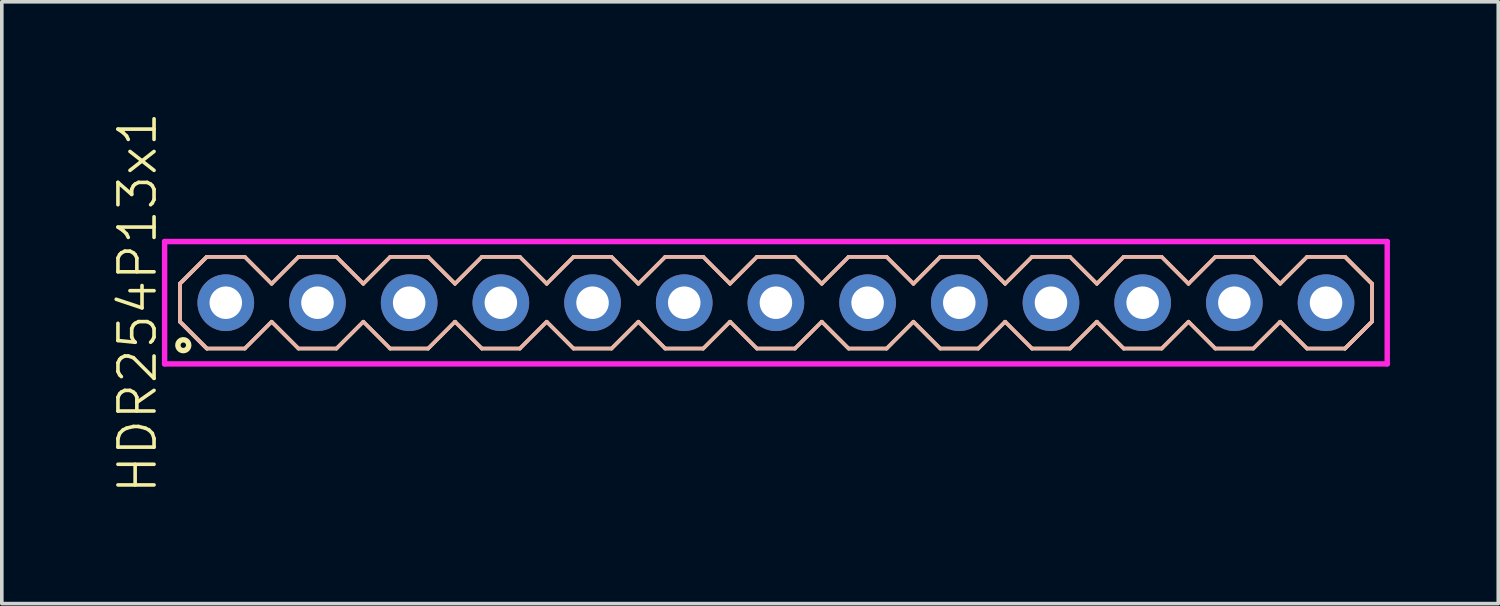
<source format=kicad_pcb>
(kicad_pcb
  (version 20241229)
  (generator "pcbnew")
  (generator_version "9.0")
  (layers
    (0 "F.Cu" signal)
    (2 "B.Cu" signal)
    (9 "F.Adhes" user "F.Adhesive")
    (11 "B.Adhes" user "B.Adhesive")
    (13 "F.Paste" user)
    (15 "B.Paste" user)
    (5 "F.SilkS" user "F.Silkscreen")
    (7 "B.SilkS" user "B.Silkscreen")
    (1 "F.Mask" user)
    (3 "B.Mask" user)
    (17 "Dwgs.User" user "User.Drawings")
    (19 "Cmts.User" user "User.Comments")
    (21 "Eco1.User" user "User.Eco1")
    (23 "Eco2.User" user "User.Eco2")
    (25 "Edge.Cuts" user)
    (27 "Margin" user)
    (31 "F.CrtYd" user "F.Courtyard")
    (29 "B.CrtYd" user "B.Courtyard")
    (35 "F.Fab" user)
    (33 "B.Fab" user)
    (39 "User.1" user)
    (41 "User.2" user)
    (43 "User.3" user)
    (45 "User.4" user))
  (footprint "HDR254P13x1"
    (layer "F.Cu")
    (at 18.445 5.336)
    (property "Reference" "HDR254P13x1" (at -17.685 0 90) (layer "F.SilkS") (effects (font (size 1 1) (thickness 0.1))))
    (attr through_hole)
    (fp_line (start -16.51 -0.526) (end -15.766 -1.27) (stroke (width 0.1) (type solid)) (layer "F.SilkS"))
    (fp_line (start -16.51 -0.526) (end -15.766 -1.27) (stroke (width 0.1) (type solid)) (layer "F.SilkS"))
    (fp_line (start -16.51 0.526) (end -16.51 -0.526) (stroke (width 0.1) (type solid)) (layer "F.SilkS"))
    (fp_line (start -16.51 0.526) (end -16.51 -0.526) (stroke (width 0.1) (type solid)) (layer "F.SilkS"))
    (fp_line (start -15.766 -1.27) (end -14.714 -1.27) (stroke (width 0.1) (type solid)) (layer "F.SilkS"))
    (fp_line (start -15.766 1.27) (end -16.51 0.526) (stroke (width 0.1) (type solid)) (layer "F.SilkS"))
    (fp_line (start -15.766 1.27) (end -16.51 0.526) (stroke (width 0.1) (type solid)) (layer "F.SilkS"))
    (fp_line (start -14.714 -1.27) (end -13.97 -0.526) (stroke (width 0.1) (type solid)) (layer "F.SilkS"))
    (fp_line (start -14.714 1.27) (end -15.766 1.27) (stroke (width 0.1) (type solid)) (layer "F.SilkS"))
    (fp_line (start -13.97 -0.526) (end -13.226 -1.27) (stroke (width 0.1) (type solid)) (layer "F.SilkS"))
    (fp_line (start -13.97 0.526) (end -14.714 1.27) (stroke (width 0.1) (type solid)) (layer "F.SilkS"))
    (fp_line (start -13.226 -1.27) (end -12.174 -1.27) (stroke (width 0.1) (type solid)) (layer "F.SilkS"))
    (fp_line (start -13.226 1.27) (end -13.97 0.526) (stroke (width 0.1) (type solid)) (layer "F.SilkS"))
    (fp_line (start -12.174 -1.27) (end -11.43 -0.526) (stroke (width 0.1) (type solid)) (layer "F.SilkS"))
    (fp_line (start -12.174 1.27) (end -13.226 1.27) (stroke (width 0.1) (type solid)) (layer "F.SilkS"))
    (fp_line (start -11.43 -0.526) (end -10.686 -1.27) (stroke (width 0.1) (type solid)) (layer "F.SilkS"))
    (fp_line (start -11.43 0.526) (end -12.174 1.27) (stroke (width 0.1) (type solid)) (layer "F.SilkS"))
    (fp_line (start -10.686 -1.27) (end -9.634 -1.27) (stroke (width 0.1) (type solid)) (layer "F.SilkS"))
    (fp_line (start -10.686 1.27) (end -11.43 0.526) (stroke (width 0.1) (type solid)) (layer "F.SilkS"))
    (fp_line (start -9.634 -1.27) (end -8.89 -0.526) (stroke (width 0.1) (type solid)) (layer "F.SilkS"))
    (fp_line (start -9.634 1.27) (end -10.686 1.27) (stroke (width 0.1) (type solid)) (layer "F.SilkS"))
    (fp_line (start -8.89 -0.526) (end -8.146 -1.27) (stroke (width 0.1) (type solid)) (layer "F.SilkS"))
    (fp_line (start -8.89 0.526) (end -9.634 1.27) (stroke (width 0.1) (type solid)) (layer "F.SilkS"))
    (fp_line (start -8.146 -1.27) (end -7.094 -1.27) (stroke (width 0.1) (type solid)) (layer "F.SilkS"))
    (fp_line (start -8.146 1.27) (end -8.89 0.526) (stroke (width 0.1) (type solid)) (layer "F.SilkS"))
    (fp_line (start -7.094 -1.27) (end -6.35 -0.526) (stroke (width 0.1) (type solid)) (layer "F.SilkS"))
    (fp_line (start -7.094 1.27) (end -8.146 1.27) (stroke (width 0.1) (type solid)) (layer "F.SilkS"))
    (fp_line (start -6.35 -0.526) (end -5.606 -1.27) (stroke (width 0.1) (type solid)) (layer "F.SilkS"))
    (fp_line (start -6.35 0.526) (end -7.094 1.27) (stroke (width 0.1) (type solid)) (layer "F.SilkS"))
    (fp_line (start -5.606 -1.27) (end -4.554 -1.27) (stroke (width 0.1) (type solid)) (layer "F.SilkS"))
    (fp_line (start -5.606 1.27) (end -6.35 0.526) (stroke (width 0.1) (type solid)) (layer "F.SilkS"))
    (fp_line (start -4.554 -1.27) (end -3.81 -0.526) (stroke (width 0.1) (type solid)) (layer "F.SilkS"))
    (fp_line (start -4.554 1.27) (end -5.606 1.27) (stroke (width 0.1) (type solid)) (layer "F.SilkS"))
    (fp_line (start -3.81 -0.526) (end -3.066 -1.27) (stroke (width 0.1) (type solid)) (layer "F.SilkS"))
    (fp_line (start -3.81 0.526) (end -4.554 1.27) (stroke (width 0.1) (type solid)) (layer "F.SilkS"))
    (fp_line (start -3.066 -1.27) (end -2.014 -1.27) (stroke (width 0.1) (type solid)) (layer "F.SilkS"))
    (fp_line (start -3.066 1.27) (end -3.81 0.526) (stroke (width 0.1) (type solid)) (layer "F.SilkS"))
    (fp_line (start -2.014 -1.27) (end -1.27 -0.526) (stroke (width 0.1) (type solid)) (layer "F.SilkS"))
    (fp_line (start -2.014 1.27) (end -3.066 1.27) (stroke (width 0.1) (type solid)) (layer "F.SilkS"))
    (fp_line (start -1.27 -0.526) (end -0.526 -1.27) (stroke (width 0.1) (type solid)) (layer "F.SilkS"))
    (fp_line (start -1.27 0.526) (end -2.014 1.27) (stroke (width 0.1) (type solid)) (layer "F.SilkS"))
    (fp_line (start -0.526 -1.27) (end 0.526 -1.27) (stroke (width 0.1) (type solid)) (layer "F.SilkS"))
    (fp_line (start -0.526 1.27) (end -1.27 0.526) (stroke (width 0.1) (type solid)) (layer "F.SilkS"))
    (fp_line (start 0.526 -1.27) (end 1.27 -0.526) (stroke (width 0.1) (type solid)) (layer "F.SilkS"))
    (fp_line (start 0.526 1.27) (end -0.526 1.27) (stroke (width 0.1) (type solid)) (layer "F.SilkS"))
    (fp_line (start 1.27 -0.526) (end 2.014 -1.27) (stroke (width 0.1) (type solid)) (layer "F.SilkS"))
    (fp_line (start 1.27 0.526) (end 0.526 1.27) (stroke (width 0.1) (type solid)) (layer "F.SilkS"))
    (fp_line (start 2.014 -1.27) (end 3.066 -1.27) (stroke (width 0.1) (type solid)) (layer "F.SilkS"))
    (fp_line (start 2.014 1.27) (end 1.27 0.526) (stroke (width 0.1) (type solid)) (layer "F.SilkS"))
    (fp_line (start 3.066 -1.27) (end 3.81 -0.526) (stroke (width 0.1) (type solid)) (layer "F.SilkS"))
    (fp_line (start 3.066 1.27) (end 2.014 1.27) (stroke (width 0.1) (type solid)) (layer "F.SilkS"))
    (fp_line (start 3.81 -0.526) (end 4.554 -1.27) (stroke (width 0.1) (type solid)) (layer "F.SilkS"))
    (fp_line (start 3.81 0.526) (end 3.066 1.27) (stroke (width 0.1) (type solid)) (layer "F.SilkS"))
    (fp_line (start 4.554 -1.27) (end 5.606 -1.27) (stroke (width 0.1) (type solid)) (layer "F.SilkS"))
    (fp_line (start 4.554 1.27) (end 3.81 0.526) (stroke (width 0.1) (type solid)) (layer "F.SilkS"))
    (fp_line (start 5.606 -1.27) (end 6.35 -0.526) (stroke (width 0.1) (type solid)) (layer "F.SilkS"))
    (fp_line (start 5.606 1.27) (end 4.554 1.27) (stroke (width 0.1) (type solid)) (layer "F.SilkS"))
    (fp_line (start 6.35 -0.526) (end 7.094 -1.27) (stroke (width 0.1) (type solid)) (layer "F.SilkS"))
    (fp_line (start 6.35 0.526) (end 5.606 1.27) (stroke (width 0.1) (type solid)) (layer "F.SilkS"))
    (fp_line (start 7.094 -1.27) (end 8.146 -1.27) (stroke (width 0.1) (type solid)) (layer "F.SilkS"))
    (fp_line (start 7.094 1.27) (end 6.35 0.526) (stroke (width 0.1) (type solid)) (layer "F.SilkS"))
    (fp_line (start 8.146 -1.27) (end 8.89 -0.526) (stroke (width 0.1) (type solid)) (layer "F.SilkS"))
    (fp_line (start 8.146 1.27) (end 7.094 1.27) (stroke (width 0.1) (type solid)) (layer "F.SilkS"))
    (fp_line (start 8.89 -0.526) (end 9.634 -1.27) (stroke (width 0.1) (type solid)) (layer "F.SilkS"))
    (fp_line (start 8.89 0.526) (end 8.146 1.27) (stroke (width 0.1) (type solid)) (layer "F.SilkS"))
    (fp_line (start 9.634 -1.27) (end 10.686 -1.27) (stroke (width 0.1) (type solid)) (layer "F.SilkS"))
    (fp_line (start 9.634 1.27) (end 8.89 0.526) (stroke (width 0.1) (type solid)) (layer "F.SilkS"))
    (fp_line (start 10.686 -1.27) (end 11.43 -0.526) (stroke (width 0.1) (type solid)) (layer "F.SilkS"))
    (fp_line (start 10.686 1.27) (end 9.634 1.27) (stroke (width 0.1) (type solid)) (layer "F.SilkS"))
    (fp_line (start 11.43 -0.526) (end 12.174 -1.27) (stroke (width 0.1) (type solid)) (layer "F.SilkS"))
    (fp_line (start 11.43 0.526) (end 10.686 1.27) (stroke (width 0.1) (type solid)) (layer "F.SilkS"))
    (fp_line (start 12.174 -1.27) (end 13.226 -1.27) (stroke (width 0.1) (type solid)) (layer "F.SilkS"))
    (fp_line (start 12.174 1.27) (end 11.43 0.526) (stroke (width 0.1) (type solid)) (layer "F.SilkS"))
    (fp_line (start 13.226 -1.27) (end 13.97 -0.526) (stroke (width 0.1) (type solid)) (layer "F.SilkS"))
    (fp_line (start 13.226 1.27) (end 12.174 1.27) (stroke (width 0.1) (type solid)) (layer "F.SilkS"))
    (fp_line (start 13.97 -0.526) (end 14.714 -1.27) (stroke (width 0.1) (type solid)) (layer "F.SilkS"))
    (fp_line (start 13.97 0.526) (end 13.226 1.27) (stroke (width 0.1) (type solid)) (layer "F.SilkS"))
    (fp_line (start 14.714 -1.27) (end 15.766 -1.27) (stroke (width 0.1) (type solid)) (layer "F.SilkS"))
    (fp_line (start 14.714 1.27) (end 13.97 0.526) (stroke (width 0.1) (type solid)) (layer "F.SilkS"))
    (fp_line (start 15.766 -1.27) (end 16.51 -0.526) (stroke (width 0.1) (type solid)) (layer "F.SilkS"))
    (fp_line (start 15.766 -1.27) (end 16.51 -0.526) (stroke (width 0.1) (type solid)) (layer "F.SilkS"))
    (fp_line (start 15.766 1.27) (end 14.714 1.27) (stroke (width 0.1) (type solid)) (layer "F.SilkS"))
    (fp_line (start 16.51 -0.526) (end 16.51 0.526) (stroke (width 0.1) (type solid)) (layer "F.SilkS"))
    (fp_line (start 16.51 -0.526) (end 16.51 0.526) (stroke (width 0.1) (type solid)) (layer "F.SilkS"))
    (fp_line (start 16.51 0.526) (end 15.766 1.27) (stroke (width 0.1) (type solid)) (layer "F.SilkS"))
    (fp_line (start 16.51 0.526) (end 15.766 1.27) (stroke (width 0.1) (type solid)) (layer "F.SilkS"))
    (fp_circle (center -16.417 1.177) (end -16.267 1.177) (stroke (width 0.15) (type solid)) (fill no) (layer "F.SilkS"))
    (fp_line (start -16.51 -0.526) (end -15.766 -1.27) (stroke (width 0.1) (type solid)) (layer "B.SilkS"))
    (fp_line (start -16.51 -0.526) (end -15.766 -1.27) (stroke (width 0.1) (type solid)) (layer "B.SilkS"))
    (fp_line (start -16.51 0.526) (end -16.51 -0.526) (stroke (width 0.1) (type solid)) (layer "B.SilkS"))
    (fp_line (start -16.51 0.526) (end -16.51 -0.526) (stroke (width 0.1) (type solid)) (layer "B.SilkS"))
    (fp_line (start -15.766 -1.27) (end -14.714 -1.27) (stroke (width 0.1) (type solid)) (layer "B.SilkS"))
    (fp_line (start -15.766 1.27) (end -16.51 0.526) (stroke (width 0.1) (type solid)) (layer "B.SilkS"))
    (fp_line (start -15.766 1.27) (end -16.51 0.526) (stroke (width 0.1) (type solid)) (layer "B.SilkS"))
    (fp_line (start -14.714 -1.27) (end -13.97 -0.526) (stroke (width 0.1) (type solid)) (layer "B.SilkS"))
    (fp_line (start -14.714 1.27) (end -15.766 1.27) (stroke (width 0.1) (type solid)) (layer "B.SilkS"))
    (fp_line (start -13.97 -0.526) (end -13.226 -1.27) (stroke (width 0.1) (type solid)) (layer "B.SilkS"))
    (fp_line (start -13.97 0.526) (end -14.714 1.27) (stroke (width 0.1) (type solid)) (layer "B.SilkS"))
    (fp_line (start -13.226 -1.27) (end -12.174 -1.27) (stroke (width 0.1) (type solid)) (layer "B.SilkS"))
    (fp_line (start -13.226 1.27) (end -13.97 0.526) (stroke (width 0.1) (type solid)) (layer "B.SilkS"))
    (fp_line (start -12.174 -1.27) (end -11.43 -0.526) (stroke (width 0.1) (type solid)) (layer "B.SilkS"))
    (fp_line (start -12.174 1.27) (end -13.226 1.27) (stroke (width 0.1) (type solid)) (layer "B.SilkS"))
    (fp_line (start -11.43 -0.526) (end -10.686 -1.27) (stroke (width 0.1) (type solid)) (layer "B.SilkS"))
    (fp_line (start -11.43 0.526) (end -12.174 1.27) (stroke (width 0.1) (type solid)) (layer "B.SilkS"))
    (fp_line (start -10.686 -1.27) (end -9.634 -1.27) (stroke (width 0.1) (type solid)) (layer "B.SilkS"))
    (fp_line (start -10.686 1.27) (end -11.43 0.526) (stroke (width 0.1) (type solid)) (layer "B.SilkS"))
    (fp_line (start -9.634 -1.27) (end -8.89 -0.526) (stroke (width 0.1) (type solid)) (layer "B.SilkS"))
    (fp_line (start -9.634 1.27) (end -10.686 1.27) (stroke (width 0.1) (type solid)) (layer "B.SilkS"))
    (fp_line (start -8.89 -0.526) (end -8.146 -1.27) (stroke (width 0.1) (type solid)) (layer "B.SilkS"))
    (fp_line (start -8.89 0.526) (end -9.634 1.27) (stroke (width 0.1) (type solid)) (layer "B.SilkS"))
    (fp_line (start -8.146 -1.27) (end -7.094 -1.27) (stroke (width 0.1) (type solid)) (layer "B.SilkS"))
    (fp_line (start -8.146 1.27) (end -8.89 0.526) (stroke (width 0.1) (type solid)) (layer "B.SilkS"))
    (fp_line (start -7.094 -1.27) (end -6.35 -0.526) (stroke (width 0.1) (type solid)) (layer "B.SilkS"))
    (fp_line (start -7.094 1.27) (end -8.146 1.27) (stroke (width 0.1) (type solid)) (layer "B.SilkS"))
    (fp_line (start -6.35 -0.526) (end -5.606 -1.27) (stroke (width 0.1) (type solid)) (layer "B.SilkS"))
    (fp_line (start -6.35 0.526) (end -7.094 1.27) (stroke (width 0.1) (type solid)) (layer "B.SilkS"))
    (fp_line (start -5.606 -1.27) (end -4.554 -1.27) (stroke (width 0.1) (type solid)) (layer "B.SilkS"))
    (fp_line (start -5.606 1.27) (end -6.35 0.526) (stroke (width 0.1) (type solid)) (layer "B.SilkS"))
    (fp_line (start -4.554 -1.27) (end -3.81 -0.526) (stroke (width 0.1) (type solid)) (layer "B.SilkS"))
    (fp_line (start -4.554 1.27) (end -5.606 1.27) (stroke (width 0.1) (type solid)) (layer "B.SilkS"))
    (fp_line (start -3.81 -0.526) (end -3.066 -1.27) (stroke (width 0.1) (type solid)) (layer "B.SilkS"))
    (fp_line (start -3.81 0.526) (end -4.554 1.27) (stroke (width 0.1) (type solid)) (layer "B.SilkS"))
    (fp_line (start -3.066 -1.27) (end -2.014 -1.27) (stroke (width 0.1) (type solid)) (layer "B.SilkS"))
    (fp_line (start -3.066 1.27) (end -3.81 0.526) (stroke (width 0.1) (type solid)) (layer "B.SilkS"))
    (fp_line (start -2.014 -1.27) (end -1.27 -0.526) (stroke (width 0.1) (type solid)) (layer "B.SilkS"))
    (fp_line (start -2.014 1.27) (end -3.066 1.27) (stroke (width 0.1) (type solid)) (layer "B.SilkS"))
    (fp_line (start -1.27 -0.526) (end -0.526 -1.27) (stroke (width 0.1) (type solid)) (layer "B.SilkS"))
    (fp_line (start -1.27 0.526) (end -2.014 1.27) (stroke (width 0.1) (type solid)) (layer "B.SilkS"))
    (fp_line (start -0.526 -1.27) (end 0.526 -1.27) (stroke (width 0.1) (type solid)) (layer "B.SilkS"))
    (fp_line (start -0.526 1.27) (end -1.27 0.526) (stroke (width 0.1) (type solid)) (layer "B.SilkS"))
    (fp_line (start 0.526 -1.27) (end 1.27 -0.526) (stroke (width 0.1) (type solid)) (layer "B.SilkS"))
    (fp_line (start 0.526 1.27) (end -0.526 1.27) (stroke (width 0.1) (type solid)) (layer "B.SilkS"))
    (fp_line (start 1.27 -0.526) (end 2.014 -1.27) (stroke (width 0.1) (type solid)) (layer "B.SilkS"))
    (fp_line (start 1.27 0.526) (end 0.526 1.27) (stroke (width 0.1) (type solid)) (layer "B.SilkS"))
    (fp_line (start 2.014 -1.27) (end 3.066 -1.27) (stroke (width 0.1) (type solid)) (layer "B.SilkS"))
    (fp_line (start 2.014 1.27) (end 1.27 0.526) (stroke (width 0.1) (type solid)) (layer "B.SilkS"))
    (fp_line (start 3.066 -1.27) (end 3.81 -0.526) (stroke (width 0.1) (type solid)) (layer "B.SilkS"))
    (fp_line (start 3.066 1.27) (end 2.014 1.27) (stroke (width 0.1) (type solid)) (layer "B.SilkS"))
    (fp_line (start 3.81 -0.526) (end 4.554 -1.27) (stroke (width 0.1) (type solid)) (layer "B.SilkS"))
    (fp_line (start 3.81 0.526) (end 3.066 1.27) (stroke (width 0.1) (type solid)) (layer "B.SilkS"))
    (fp_line (start 4.554 -1.27) (end 5.606 -1.27) (stroke (width 0.1) (type solid)) (layer "B.SilkS"))
    (fp_line (start 4.554 1.27) (end 3.81 0.526) (stroke (width 0.1) (type solid)) (layer "B.SilkS"))
    (fp_line (start 5.606 -1.27) (end 6.35 -0.526) (stroke (width 0.1) (type solid)) (layer "B.SilkS"))
    (fp_line (start 5.606 1.27) (end 4.554 1.27) (stroke (width 0.1) (type solid)) (layer "B.SilkS"))
    (fp_line (start 6.35 -0.526) (end 7.094 -1.27) (stroke (width 0.1) (type solid)) (layer "B.SilkS"))
    (fp_line (start 6.35 0.526) (end 5.606 1.27) (stroke (width 0.1) (type solid)) (layer "B.SilkS"))
    (fp_line (start 7.094 -1.27) (end 8.146 -1.27) (stroke (width 0.1) (type solid)) (layer "B.SilkS"))
    (fp_line (start 7.094 1.27) (end 6.35 0.526) (stroke (width 0.1) (type solid)) (layer "B.SilkS"))
    (fp_line (start 8.146 -1.27) (end 8.89 -0.526) (stroke (width 0.1) (type solid)) (layer "B.SilkS"))
    (fp_line (start 8.146 1.27) (end 7.094 1.27) (stroke (width 0.1) (type solid)) (layer "B.SilkS"))
    (fp_line (start 8.89 -0.526) (end 9.634 -1.27) (stroke (width 0.1) (type solid)) (layer "B.SilkS"))
    (fp_line (start 8.89 0.526) (end 8.146 1.27) (stroke (width 0.1) (type solid)) (layer "B.SilkS"))
    (fp_line (start 9.634 -1.27) (end 10.686 -1.27) (stroke (width 0.1) (type solid)) (layer "B.SilkS"))
    (fp_line (start 9.634 1.27) (end 8.89 0.526) (stroke (width 0.1) (type solid)) (layer "B.SilkS"))
    (fp_line (start 10.686 -1.27) (end 11.43 -0.526) (stroke (width 0.1) (type solid)) (layer "B.SilkS"))
    (fp_line (start 10.686 1.27) (end 9.634 1.27) (stroke (width 0.1) (type solid)) (layer "B.SilkS"))
    (fp_line (start 11.43 -0.526) (end 12.174 -1.27) (stroke (width 0.1) (type solid)) (layer "B.SilkS"))
    (fp_line (start 11.43 0.526) (end 10.686 1.27) (stroke (width 0.1) (type solid)) (layer "B.SilkS"))
    (fp_line (start 12.174 -1.27) (end 13.226 -1.27) (stroke (width 0.1) (type solid)) (layer "B.SilkS"))
    (fp_line (start 12.174 1.27) (end 11.43 0.526) (stroke (width 0.1) (type solid)) (layer "B.SilkS"))
    (fp_line (start 13.226 -1.27) (end 13.97 -0.526) (stroke (width 0.1) (type solid)) (layer "B.SilkS"))
    (fp_line (start 13.226 1.27) (end 12.174 1.27) (stroke (width 0.1) (type solid)) (layer "B.SilkS"))
    (fp_line (start 13.97 -0.526) (end 14.714 -1.27) (stroke (width 0.1) (type solid)) (layer "B.SilkS"))
    (fp_line (start 13.97 0.526) (end 13.226 1.27) (stroke (width 0.1) (type solid)) (layer "B.SilkS"))
    (fp_line (start 14.714 -1.27) (end 15.766 -1.27) (stroke (width 0.1) (type solid)) (layer "B.SilkS"))
    (fp_line (start 14.714 1.27) (end 13.97 0.526) (stroke (width 0.1) (type solid)) (layer "B.SilkS"))
    (fp_line (start 15.766 -1.27) (end 16.51 -0.526) (stroke (width 0.1) (type solid)) (layer "B.SilkS"))
    (fp_line (start 15.766 -1.27) (end 16.51 -0.526) (stroke (width 0.1) (type solid)) (layer "B.SilkS"))
    (fp_line (start 15.766 1.27) (end 14.714 1.27) (stroke (width 0.1) (type solid)) (layer "B.SilkS"))
    (fp_line (start 16.51 -0.526) (end 16.51 0.526) (stroke (width 0.1) (type solid)) (layer "B.SilkS"))
    (fp_line (start 16.51 -0.526) (end 16.51 0.526) (stroke (width 0.1) (type solid)) (layer "B.SilkS"))
    (fp_line (start 16.51 0.526) (end 15.766 1.27) (stroke (width 0.1) (type solid)) (layer "B.SilkS"))
    (fp_line (start 16.51 0.526) (end 15.766 1.27) (stroke (width 0.1) (type solid)) (layer "B.SilkS"))
    (fp_line (start -16.935 -1.695) (end -16.935 1.695) (stroke (width 0.15) (type solid)) (layer "F.CrtYd"))
    (fp_line (start -16.935 1.695) (end 16.935 1.695) (stroke (width 0.15) (type solid)) (layer "F.CrtYd"))
    (fp_line (start 16.935 -1.695) (end -16.935 -1.695) (stroke (width 0.15) (type solid)) (layer "F.CrtYd"))
    (fp_line (start 16.935 1.695) (end 16.935 -1.695) (stroke (width 0.15) (type solid)) (layer "F.CrtYd"))
    (pad "1" thru_hole oval (at -15.24 0) (size 1.57 1.57) (drill 0.9) (layers "*.Cu" "*.Mask"))
    (pad "2" thru_hole oval (at -12.7 0) (size 1.57 1.57) (drill 0.9) (layers "*.Cu" "*.Mask"))
    (pad "3" thru_hole oval (at -10.16 0) (size 1.57 1.57) (drill 0.9) (layers "*.Cu" "*.Mask"))
    (pad "4" thru_hole oval (at -7.62 0) (size 1.57 1.57) (drill 0.9) (layers "*.Cu" "*.Mask"))
    (pad "5" thru_hole oval (at -5.08 0) (size 1.57 1.57) (drill 0.9) (layers "*.Cu" "*.Mask"))
    (pad "6" thru_hole oval (at -2.54 0) (size 1.57 1.57) (drill 0.9) (layers "*.Cu" "*.Mask"))
    (pad "7" thru_hole oval (at 0 0) (size 1.57 1.57) (drill 0.9) (layers "*.Cu" "*.Mask"))
    (pad "8" thru_hole oval (at 2.54 0) (size 1.57 1.57) (drill 0.9) (layers "*.Cu" "*.Mask"))
    (pad "9" thru_hole oval (at 5.08 0) (size 1.57 1.57) (drill 0.9) (layers "*.Cu" "*.Mask"))
    (pad "10" thru_hole oval (at 7.62 0) (size 1.57 1.57) (drill 0.9) (layers "*.Cu" "*.Mask"))
    (pad "11" thru_hole oval (at 10.16 0) (size 1.57 1.57) (drill 0.9) (layers "*.Cu" "*.Mask"))
    (pad "12" thru_hole oval (at 12.7 0) (size 1.57 1.57) (drill 0.9) (layers "*.Cu" "*.Mask"))
    (pad "13" thru_hole oval (at 15.24 0) (size 1.57 1.57) (drill 0.9) (layers "*.Cu" "*.Mask")))
  (gr_rect
    (start -3 -3)
    (end 38.456 13.671)
    (stroke (width 0.1) (type default))
    (fill no)
    (layer "Edge.Cuts")))
</source>
